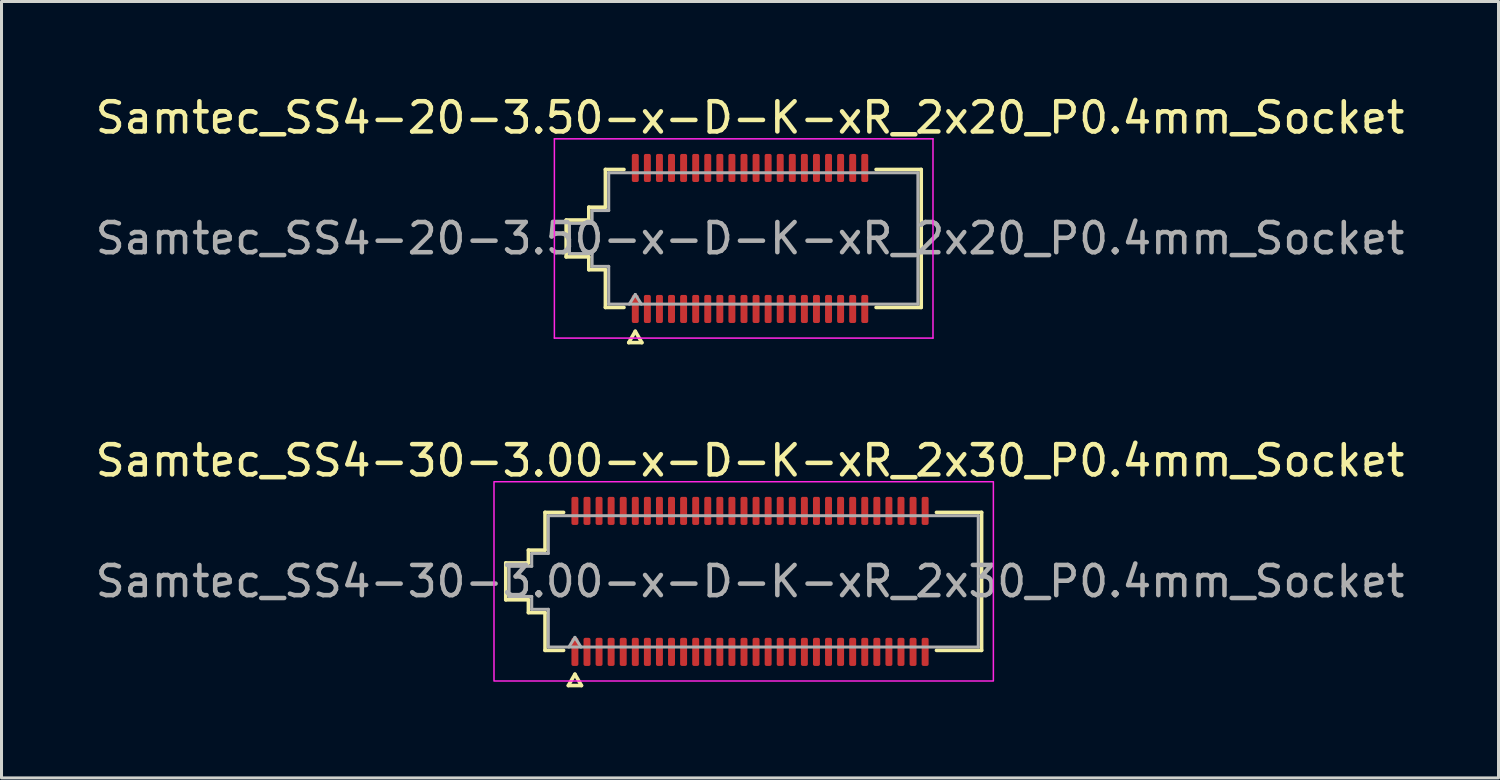
<source format=kicad_pcb>
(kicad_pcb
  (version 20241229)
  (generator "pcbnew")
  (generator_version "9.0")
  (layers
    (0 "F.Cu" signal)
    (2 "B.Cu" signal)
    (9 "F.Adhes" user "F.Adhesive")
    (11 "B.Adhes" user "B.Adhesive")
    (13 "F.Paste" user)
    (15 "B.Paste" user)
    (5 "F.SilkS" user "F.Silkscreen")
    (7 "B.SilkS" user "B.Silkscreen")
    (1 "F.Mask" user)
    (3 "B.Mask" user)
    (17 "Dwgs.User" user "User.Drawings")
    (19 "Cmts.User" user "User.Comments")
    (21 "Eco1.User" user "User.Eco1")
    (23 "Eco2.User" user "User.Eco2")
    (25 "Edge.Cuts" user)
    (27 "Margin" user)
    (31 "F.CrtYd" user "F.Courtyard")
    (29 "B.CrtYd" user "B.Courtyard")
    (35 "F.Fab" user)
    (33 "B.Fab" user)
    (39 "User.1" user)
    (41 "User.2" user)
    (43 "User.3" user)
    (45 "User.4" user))
  (footprint "Samtec_SS4-20-3.50-x-D-K-xR_2x20_P0.4mm_Socket"
    (layer "F.Cu")
    (at 21.792 4.848)
    (property "Reference" "Samtec_SS4-20-3.50-x-D-K-xR_2x20_P0.4mm_Socket" (at 0 -4 0) (layer "F.SilkS") (effects (font (size 1 1) (thickness 0.15))))
    (attr smd)
    (fp_line (start -6.09 -0.61) (end -5.34 -0.61) (stroke (width 0.12) (type solid)) (layer "F.SilkS"))
    (fp_line (start -6.09 0.61) (end -6.09 -0.61) (stroke (width 0.12) (type solid)) (layer "F.SilkS"))
    (fp_line (start -5.34 -1.035) (end -4.79 -1.035) (stroke (width 0.12) (type solid)) (layer "F.SilkS"))
    (fp_line (start -5.34 -0.61) (end -5.34 -1.035) (stroke (width 0.12) (type solid)) (layer "F.SilkS"))
    (fp_line (start -5.34 0.61) (end -6.09 0.61) (stroke (width 0.12) (type solid)) (layer "F.SilkS"))
    (fp_line (start -5.34 1.035) (end -5.34 0.61) (stroke (width 0.12) (type solid)) (layer "F.SilkS"))
    (fp_line (start -4.79 -2.285) (end -4.175 -2.285) (stroke (width 0.12) (type solid)) (layer "F.SilkS"))
    (fp_line (start -4.79 -1.035) (end -4.79 -2.285) (stroke (width 0.12) (type solid)) (layer "F.SilkS"))
    (fp_line (start -4.79 1.035) (end -5.34 1.035) (stroke (width 0.12) (type solid)) (layer "F.SilkS"))
    (fp_line (start -4.79 2.285) (end -4.79 1.035) (stroke (width 0.12) (type solid)) (layer "F.SilkS"))
    (fp_line (start -4.175 2.285) (end -4.79 2.285) (stroke (width 0.12) (type solid)) (layer "F.SilkS"))
    (fp_line (start -4.017 3.45) (end -3.8 3.075) (stroke (width 0.12) (type solid)) (layer "F.SilkS"))
    (fp_line (start -3.8 3.075) (end -3.583 3.45) (stroke (width 0.12) (type solid)) (layer "F.SilkS"))
    (fp_line (start -3.583 3.45) (end -4.017 3.45) (stroke (width 0.12) (type solid)) (layer "F.SilkS"))
    (fp_line (start 4.175 -2.285) (end 5.67 -2.285) (stroke (width 0.12) (type solid)) (layer "F.SilkS"))
    (fp_line (start 5.67 -2.285) (end 5.67 2.285) (stroke (width 0.12) (type solid)) (layer "F.SilkS"))
    (fp_line (start 5.67 2.285) (end 4.175 2.285) (stroke (width 0.12) (type solid)) (layer "F.SilkS"))
    (fp_line (start -6.48 -3.3) (end -6.48 3.3) (stroke (width 0.05) (type solid)) (layer "F.CrtYd"))
    (fp_line (start -6.48 3.3) (end 6.06 3.3) (stroke (width 0.05) (type solid)) (layer "F.CrtYd"))
    (fp_line (start 6.06 -3.3) (end -6.48 -3.3) (stroke (width 0.05) (type solid)) (layer "F.CrtYd"))
    (fp_line (start 6.06 3.3) (end 6.06 -3.3) (stroke (width 0.05) (type solid)) (layer "F.CrtYd"))
    (fp_line (start -5.98 -0.5) (end -5.23 -0.5) (stroke (width 0.1) (type solid)) (layer "F.Fab"))
    (fp_line (start -5.98 0.5) (end -5.98 -0.5) (stroke (width 0.1) (type solid)) (layer "F.Fab"))
    (fp_line (start -5.23 -0.925) (end -4.68 -0.925) (stroke (width 0.1) (type solid)) (layer "F.Fab"))
    (fp_line (start -5.23 -0.5) (end -5.23 -0.925) (stroke (width 0.1) (type solid)) (layer "F.Fab"))
    (fp_line (start -5.23 0.5) (end -5.98 0.5) (stroke (width 0.1) (type solid)) (layer "F.Fab"))
    (fp_line (start -5.23 0.925) (end -5.23 0.5) (stroke (width 0.1) (type solid)) (layer "F.Fab"))
    (fp_line (start -4.68 -2.175) (end 5.56 -2.175) (stroke (width 0.1) (type solid)) (layer "F.Fab"))
    (fp_line (start -4.68 -0.925) (end -4.68 -2.175) (stroke (width 0.1) (type solid)) (layer "F.Fab"))
    (fp_line (start -4.68 0.925) (end -5.23 0.925) (stroke (width 0.1) (type solid)) (layer "F.Fab"))
    (fp_line (start -4.68 2.175) (end -4.68 0.925) (stroke (width 0.1) (type solid)) (layer "F.Fab"))
    (fp_line (start -4 2.175) (end -3.8 1.855) (stroke (width 0.1) (type solid)) (layer "F.Fab"))
    (fp_line (start -3.8 1.855) (end -3.6 2.175) (stroke (width 0.1) (type solid)) (layer "F.Fab"))
    (fp_line (start 5.56 -2.175) (end 5.56 2.175) (stroke (width 0.1) (type solid)) (layer "F.Fab"))
    (fp_line (start 5.56 2.175) (end -4.68 2.175) (stroke (width 0.1) (type solid)) (layer "F.Fab"))
    (fp_text user "${REFERENCE}" (at 0 0 0) (layer "F.Fab") (effects (font (size 1 1) (thickness 0.15))))
    (pad "1" smd roundrect (at -3.8 2.335) (size 0.23 0.93) (layers "F.Cu" "F.Mask" "F.Paste") (roundrect_rratio 0.25))
    (pad "2" smd roundrect (at -3.8 -2.335) (size 0.23 0.93) (layers "F.Cu" "F.Mask" "F.Paste") (roundrect_rratio 0.25))
    (pad "3" smd roundrect (at -3.4 2.335) (size 0.23 0.93) (layers "F.Cu" "F.Mask" "F.Paste") (roundrect_rratio 0.25))
    (pad "4" smd roundrect (at -3.4 -2.335) (size 0.23 0.93) (layers "F.Cu" "F.Mask" "F.Paste") (roundrect_rratio 0.25))
    (pad "5" smd roundrect (at -3 2.335) (size 0.23 0.93) (layers "F.Cu" "F.Mask" "F.Paste") (roundrect_rratio 0.25))
    (pad "6" smd roundrect (at -3 -2.335) (size 0.23 0.93) (layers "F.Cu" "F.Mask" "F.Paste") (roundrect_rratio 0.25))
    (pad "7" smd roundrect (at -2.6 2.335) (size 0.23 0.93) (layers "F.Cu" "F.Mask" "F.Paste") (roundrect_rratio 0.25))
    (pad "8" smd roundrect (at -2.6 -2.335) (size 0.23 0.93) (layers "F.Cu" "F.Mask" "F.Paste") (roundrect_rratio 0.25))
    (pad "9" smd roundrect (at -2.2 2.335) (size 0.23 0.93) (layers "F.Cu" "F.Mask" "F.Paste") (roundrect_rratio 0.25))
    (pad "10" smd roundrect (at -2.2 -2.335) (size 0.23 0.93) (layers "F.Cu" "F.Mask" "F.Paste") (roundrect_rratio 0.25))
    (pad "11" smd roundrect (at -1.8 2.335) (size 0.23 0.93) (layers "F.Cu" "F.Mask" "F.Paste") (roundrect_rratio 0.25))
    (pad "12" smd roundrect (at -1.8 -2.335) (size 0.23 0.93) (layers "F.Cu" "F.Mask" "F.Paste") (roundrect_rratio 0.25))
    (pad "13" smd roundrect (at -1.4 2.335) (size 0.23 0.93) (layers "F.Cu" "F.Mask" "F.Paste") (roundrect_rratio 0.25))
    (pad "14" smd roundrect (at -1.4 -2.335) (size 0.23 0.93) (layers "F.Cu" "F.Mask" "F.Paste") (roundrect_rratio 0.25))
    (pad "15" smd roundrect (at -1 2.335) (size 0.23 0.93) (layers "F.Cu" "F.Mask" "F.Paste") (roundrect_rratio 0.25))
    (pad "16" smd roundrect (at -1 -2.335) (size 0.23 0.93) (layers "F.Cu" "F.Mask" "F.Paste") (roundrect_rratio 0.25))
    (pad "17" smd roundrect (at -0.6 2.335) (size 0.23 0.93) (layers "F.Cu" "F.Mask" "F.Paste") (roundrect_rratio 0.25))
    (pad "18" smd roundrect (at -0.6 -2.335) (size 0.23 0.93) (layers "F.Cu" "F.Mask" "F.Paste") (roundrect_rratio 0.25))
    (pad "19" smd roundrect (at -0.2 2.335) (size 0.23 0.93) (layers "F.Cu" "F.Mask" "F.Paste") (roundrect_rratio 0.25))
    (pad "20" smd roundrect (at -0.2 -2.335) (size 0.23 0.93) (layers "F.Cu" "F.Mask" "F.Paste") (roundrect_rratio 0.25))
    (pad "21" smd roundrect (at 0.2 2.335) (size 0.23 0.93) (layers "F.Cu" "F.Mask" "F.Paste") (roundrect_rratio 0.25))
    (pad "22" smd roundrect (at 0.2 -2.335) (size 0.23 0.93) (layers "F.Cu" "F.Mask" "F.Paste") (roundrect_rratio 0.25))
    (pad "23" smd roundrect (at 0.6 2.335) (size 0.23 0.93) (layers "F.Cu" "F.Mask" "F.Paste") (roundrect_rratio 0.25))
    (pad "24" smd roundrect (at 0.6 -2.335) (size 0.23 0.93) (layers "F.Cu" "F.Mask" "F.Paste") (roundrect_rratio 0.25))
    (pad "25" smd roundrect (at 1 2.335) (size 0.23 0.93) (layers "F.Cu" "F.Mask" "F.Paste") (roundrect_rratio 0.25))
    (pad "26" smd roundrect (at 1 -2.335) (size 0.23 0.93) (layers "F.Cu" "F.Mask" "F.Paste") (roundrect_rratio 0.25))
    (pad "27" smd roundrect (at 1.4 2.335) (size 0.23 0.93) (layers "F.Cu" "F.Mask" "F.Paste") (roundrect_rratio 0.25))
    (pad "28" smd roundrect (at 1.4 -2.335) (size 0.23 0.93) (layers "F.Cu" "F.Mask" "F.Paste") (roundrect_rratio 0.25))
    (pad "29" smd roundrect (at 1.8 2.335) (size 0.23 0.93) (layers "F.Cu" "F.Mask" "F.Paste") (roundrect_rratio 0.25))
    (pad "30" smd roundrect (at 1.8 -2.335) (size 0.23 0.93) (layers "F.Cu" "F.Mask" "F.Paste") (roundrect_rratio 0.25))
    (pad "31" smd roundrect (at 2.2 2.335) (size 0.23 0.93) (layers "F.Cu" "F.Mask" "F.Paste") (roundrect_rratio 0.25))
    (pad "32" smd roundrect (at 2.2 -2.335) (size 0.23 0.93) (layers "F.Cu" "F.Mask" "F.Paste") (roundrect_rratio 0.25))
    (pad "33" smd roundrect (at 2.6 2.335) (size 0.23 0.93) (layers "F.Cu" "F.Mask" "F.Paste") (roundrect_rratio 0.25))
    (pad "34" smd roundrect (at 2.6 -2.335) (size 0.23 0.93) (layers "F.Cu" "F.Mask" "F.Paste") (roundrect_rratio 0.25))
    (pad "35" smd roundrect (at 3 2.335) (size 0.23 0.93) (layers "F.Cu" "F.Mask" "F.Paste") (roundrect_rratio 0.25))
    (pad "36" smd roundrect (at 3 -2.335) (size 0.23 0.93) (layers "F.Cu" "F.Mask" "F.Paste") (roundrect_rratio 0.25))
    (pad "37" smd roundrect (at 3.4 2.335) (size 0.23 0.93) (layers "F.Cu" "F.Mask" "F.Paste") (roundrect_rratio 0.25))
    (pad "38" smd roundrect (at 3.4 -2.335) (size 0.23 0.93) (layers "F.Cu" "F.Mask" "F.Paste") (roundrect_rratio 0.25))
    (pad "39" smd roundrect (at 3.8 2.335) (size 0.23 0.93) (layers "F.Cu" "F.Mask" "F.Paste") (roundrect_rratio 0.25))
    (pad "40" smd roundrect (at 3.8 -2.335) (size 0.23 0.93) (layers "F.Cu" "F.Mask" "F.Paste") (roundrect_rratio 0.25)))
  (footprint "Samtec_SS4-30-3.00-x-D-K-xR_2x30_P0.4mm_Socket"
    (layer "F.Cu")
    (at 21.792 16.206)
    (property "Reference" "Samtec_SS4-30-3.00-x-D-K-xR_2x30_P0.4mm_Socket" (at 0 -4 0) (layer "F.SilkS") (effects (font (size 1 1) (thickness 0.15))))
    (attr smd)
    (fp_line (start -8.09 -0.61) (end -7.34 -0.61) (stroke (width 0.12) (type solid)) (layer "F.SilkS"))
    (fp_line (start -8.09 0.61) (end -8.09 -0.61) (stroke (width 0.12) (type solid)) (layer "F.SilkS"))
    (fp_line (start -7.34 -1.035) (end -6.79 -1.035) (stroke (width 0.12) (type solid)) (layer "F.SilkS"))
    (fp_line (start -7.34 -0.61) (end -7.34 -1.035) (stroke (width 0.12) (type solid)) (layer "F.SilkS"))
    (fp_line (start -7.34 0.61) (end -8.09 0.61) (stroke (width 0.12) (type solid)) (layer "F.SilkS"))
    (fp_line (start -7.34 1.035) (end -7.34 0.61) (stroke (width 0.12) (type solid)) (layer "F.SilkS"))
    (fp_line (start -6.79 -2.285) (end -6.175 -2.285) (stroke (width 0.12) (type solid)) (layer "F.SilkS"))
    (fp_line (start -6.79 -1.035) (end -6.79 -2.285) (stroke (width 0.12) (type solid)) (layer "F.SilkS"))
    (fp_line (start -6.79 1.035) (end -7.34 1.035) (stroke (width 0.12) (type solid)) (layer "F.SilkS"))
    (fp_line (start -6.79 2.285) (end -6.79 1.035) (stroke (width 0.12) (type solid)) (layer "F.SilkS"))
    (fp_line (start -6.175 2.285) (end -6.79 2.285) (stroke (width 0.12) (type solid)) (layer "F.SilkS"))
    (fp_line (start -6.017 3.45) (end -5.8 3.075) (stroke (width 0.12) (type solid)) (layer "F.SilkS"))
    (fp_line (start -5.8 3.075) (end -5.583 3.45) (stroke (width 0.12) (type solid)) (layer "F.SilkS"))
    (fp_line (start -5.583 3.45) (end -6.017 3.45) (stroke (width 0.12) (type solid)) (layer "F.SilkS"))
    (fp_line (start 6.175 -2.285) (end 7.67 -2.285) (stroke (width 0.12) (type solid)) (layer "F.SilkS"))
    (fp_line (start 7.67 -2.285) (end 7.67 2.285) (stroke (width 0.12) (type solid)) (layer "F.SilkS"))
    (fp_line (start 7.67 2.285) (end 6.175 2.285) (stroke (width 0.12) (type solid)) (layer "F.SilkS"))
    (fp_rect (start -8.48 -3.3) (end 8.06 3.3) (stroke (width 0.05) (type solid)) (fill no) (layer "F.CrtYd"))
    (fp_line (start -7.98 -0.5) (end -7.23 -0.5) (stroke (width 0.1) (type solid)) (layer "F.Fab"))
    (fp_line (start -7.98 0.5) (end -7.98 -0.5) (stroke (width 0.1) (type solid)) (layer "F.Fab"))
    (fp_line (start -7.23 -0.925) (end -6.68 -0.925) (stroke (width 0.1) (type solid)) (layer "F.Fab"))
    (fp_line (start -7.23 -0.5) (end -7.23 -0.925) (stroke (width 0.1) (type solid)) (layer "F.Fab"))
    (fp_line (start -7.23 0.5) (end -7.98 0.5) (stroke (width 0.1) (type solid)) (layer "F.Fab"))
    (fp_line (start -7.23 0.925) (end -7.23 0.5) (stroke (width 0.1) (type solid)) (layer "F.Fab"))
    (fp_line (start -6.68 -2.175) (end 7.56 -2.175) (stroke (width 0.1) (type solid)) (layer "F.Fab"))
    (fp_line (start -6.68 -0.925) (end -6.68 -2.175) (stroke (width 0.1) (type solid)) (layer "F.Fab"))
    (fp_line (start -6.68 0.925) (end -7.23 0.925) (stroke (width 0.1) (type solid)) (layer "F.Fab"))
    (fp_line (start -6.68 2.175) (end -6.68 0.925) (stroke (width 0.1) (type solid)) (layer "F.Fab"))
    (fp_line (start -6 2.175) (end -5.8 1.855) (stroke (width 0.1) (type solid)) (layer "F.Fab"))
    (fp_line (start -5.8 1.855) (end -5.6 2.175) (stroke (width 0.1) (type solid)) (layer "F.Fab"))
    (fp_line (start 7.56 -2.175) (end 7.56 2.175) (stroke (width 0.1) (type solid)) (layer "F.Fab"))
    (fp_line (start 7.56 2.175) (end -6.68 2.175) (stroke (width 0.1) (type solid)) (layer "F.Fab"))
    (fp_text user "${REFERENCE}" (at 0 0 0) (layer "F.Fab") (effects (font (size 1 1) (thickness 0.15))))
    (pad "1" smd roundrect (at -5.8 2.335) (size 0.23 0.93) (layers "F.Cu" "F.Mask" "F.Paste") (roundrect_rratio 0.25))
    (pad "2" smd roundrect (at -5.8 -2.335) (size 0.23 0.93) (layers "F.Cu" "F.Mask" "F.Paste") (roundrect_rratio 0.25))
    (pad "3" smd roundrect (at -5.4 2.335) (size 0.23 0.93) (layers "F.Cu" "F.Mask" "F.Paste") (roundrect_rratio 0.25))
    (pad "4" smd roundrect (at -5.4 -2.335) (size 0.23 0.93) (layers "F.Cu" "F.Mask" "F.Paste") (roundrect_rratio 0.25))
    (pad "5" smd roundrect (at -5 2.335) (size 0.23 0.93) (layers "F.Cu" "F.Mask" "F.Paste") (roundrect_rratio 0.25))
    (pad "6" smd roundrect (at -5 -2.335) (size 0.23 0.93) (layers "F.Cu" "F.Mask" "F.Paste") (roundrect_rratio 0.25))
    (pad "7" smd roundrect (at -4.6 2.335) (size 0.23 0.93) (layers "F.Cu" "F.Mask" "F.Paste") (roundrect_rratio 0.25))
    (pad "8" smd roundrect (at -4.6 -2.335) (size 0.23 0.93) (layers "F.Cu" "F.Mask" "F.Paste") (roundrect_rratio 0.25))
    (pad "9" smd roundrect (at -4.2 2.335) (size 0.23 0.93) (layers "F.Cu" "F.Mask" "F.Paste") (roundrect_rratio 0.25))
    (pad "10" smd roundrect (at -4.2 -2.335) (size 0.23 0.93) (layers "F.Cu" "F.Mask" "F.Paste") (roundrect_rratio 0.25))
    (pad "11" smd roundrect (at -3.8 2.335) (size 0.23 0.93) (layers "F.Cu" "F.Mask" "F.Paste") (roundrect_rratio 0.25))
    (pad "12" smd roundrect (at -3.8 -2.335) (size 0.23 0.93) (layers "F.Cu" "F.Mask" "F.Paste") (roundrect_rratio 0.25))
    (pad "13" smd roundrect (at -3.4 2.335) (size 0.23 0.93) (layers "F.Cu" "F.Mask" "F.Paste") (roundrect_rratio 0.25))
    (pad "14" smd roundrect (at -3.4 -2.335) (size 0.23 0.93) (layers "F.Cu" "F.Mask" "F.Paste") (roundrect_rratio 0.25))
    (pad "15" smd roundrect (at -3 2.335) (size 0.23 0.93) (layers "F.Cu" "F.Mask" "F.Paste") (roundrect_rratio 0.25))
    (pad "16" smd roundrect (at -3 -2.335) (size 0.23 0.93) (layers "F.Cu" "F.Mask" "F.Paste") (roundrect_rratio 0.25))
    (pad "17" smd roundrect (at -2.6 2.335) (size 0.23 0.93) (layers "F.Cu" "F.Mask" "F.Paste") (roundrect_rratio 0.25))
    (pad "18" smd roundrect (at -2.6 -2.335) (size 0.23 0.93) (layers "F.Cu" "F.Mask" "F.Paste") (roundrect_rratio 0.25))
    (pad "19" smd roundrect (at -2.2 2.335) (size 0.23 0.93) (layers "F.Cu" "F.Mask" "F.Paste") (roundrect_rratio 0.25))
    (pad "20" smd roundrect (at -2.2 -2.335) (size 0.23 0.93) (layers "F.Cu" "F.Mask" "F.Paste") (roundrect_rratio 0.25))
    (pad "21" smd roundrect (at -1.8 2.335) (size 0.23 0.93) (layers "F.Cu" "F.Mask" "F.Paste") (roundrect_rratio 0.25))
    (pad "22" smd roundrect (at -1.8 -2.335) (size 0.23 0.93) (layers "F.Cu" "F.Mask" "F.Paste") (roundrect_rratio 0.25))
    (pad "23" smd roundrect (at -1.4 2.335) (size 0.23 0.93) (layers "F.Cu" "F.Mask" "F.Paste") (roundrect_rratio 0.25))
    (pad "24" smd roundrect (at -1.4 -2.335) (size 0.23 0.93) (layers "F.Cu" "F.Mask" "F.Paste") (roundrect_rratio 0.25))
    (pad "25" smd roundrect (at -1 2.335) (size 0.23 0.93) (layers "F.Cu" "F.Mask" "F.Paste") (roundrect_rratio 0.25))
    (pad "26" smd roundrect (at -1 -2.335) (size 0.23 0.93) (layers "F.Cu" "F.Mask" "F.Paste") (roundrect_rratio 0.25))
    (pad "27" smd roundrect (at -0.6 2.335) (size 0.23 0.93) (layers "F.Cu" "F.Mask" "F.Paste") (roundrect_rratio 0.25))
    (pad "28" smd roundrect (at -0.6 -2.335) (size 0.23 0.93) (layers "F.Cu" "F.Mask" "F.Paste") (roundrect_rratio 0.25))
    (pad "29" smd roundrect (at -0.2 2.335) (size 0.23 0.93) (layers "F.Cu" "F.Mask" "F.Paste") (roundrect_rratio 0.25))
    (pad "30" smd roundrect (at -0.2 -2.335) (size 0.23 0.93) (layers "F.Cu" "F.Mask" "F.Paste") (roundrect_rratio 0.25))
    (pad "31" smd roundrect (at 0.2 2.335) (size 0.23 0.93) (layers "F.Cu" "F.Mask" "F.Paste") (roundrect_rratio 0.25))
    (pad "32" smd roundrect (at 0.2 -2.335) (size 0.23 0.93) (layers "F.Cu" "F.Mask" "F.Paste") (roundrect_rratio 0.25))
    (pad "33" smd roundrect (at 0.6 2.335) (size 0.23 0.93) (layers "F.Cu" "F.Mask" "F.Paste") (roundrect_rratio 0.25))
    (pad "34" smd roundrect (at 0.6 -2.335) (size 0.23 0.93) (layers "F.Cu" "F.Mask" "F.Paste") (roundrect_rratio 0.25))
    (pad "35" smd roundrect (at 1 2.335) (size 0.23 0.93) (layers "F.Cu" "F.Mask" "F.Paste") (roundrect_rratio 0.25))
    (pad "36" smd roundrect (at 1 -2.335) (size 0.23 0.93) (layers "F.Cu" "F.Mask" "F.Paste") (roundrect_rratio 0.25))
    (pad "37" smd roundrect (at 1.4 2.335) (size 0.23 0.93) (layers "F.Cu" "F.Mask" "F.Paste") (roundrect_rratio 0.25))
    (pad "38" smd roundrect (at 1.4 -2.335) (size 0.23 0.93) (layers "F.Cu" "F.Mask" "F.Paste") (roundrect_rratio 0.25))
    (pad "39" smd roundrect (at 1.8 2.335) (size 0.23 0.93) (layers "F.Cu" "F.Mask" "F.Paste") (roundrect_rratio 0.25))
    (pad "40" smd roundrect (at 1.8 -2.335) (size 0.23 0.93) (layers "F.Cu" "F.Mask" "F.Paste") (roundrect_rratio 0.25))
    (pad "41" smd roundrect (at 2.2 2.335) (size 0.23 0.93) (layers "F.Cu" "F.Mask" "F.Paste") (roundrect_rratio 0.25))
    (pad "42" smd roundrect (at 2.2 -2.335) (size 0.23 0.93) (layers "F.Cu" "F.Mask" "F.Paste") (roundrect_rratio 0.25))
    (pad "43" smd roundrect (at 2.6 2.335) (size 0.23 0.93) (layers "F.Cu" "F.Mask" "F.Paste") (roundrect_rratio 0.25))
    (pad "44" smd roundrect (at 2.6 -2.335) (size 0.23 0.93) (layers "F.Cu" "F.Mask" "F.Paste") (roundrect_rratio 0.25))
    (pad "45" smd roundrect (at 3 2.335) (size 0.23 0.93) (layers "F.Cu" "F.Mask" "F.Paste") (roundrect_rratio 0.25))
    (pad "46" smd roundrect (at 3 -2.335) (size 0.23 0.93) (layers "F.Cu" "F.Mask" "F.Paste") (roundrect_rratio 0.25))
    (pad "47" smd roundrect (at 3.4 2.335) (size 0.23 0.93) (layers "F.Cu" "F.Mask" "F.Paste") (roundrect_rratio 0.25))
    (pad "48" smd roundrect (at 3.4 -2.335) (size 0.23 0.93) (layers "F.Cu" "F.Mask" "F.Paste") (roundrect_rratio 0.25))
    (pad "49" smd roundrect (at 3.8 2.335) (size 0.23 0.93) (layers "F.Cu" "F.Mask" "F.Paste") (roundrect_rratio 0.25))
    (pad "50" smd roundrect (at 3.8 -2.335) (size 0.23 0.93) (layers "F.Cu" "F.Mask" "F.Paste") (roundrect_rratio 0.25))
    (pad "51" smd roundrect (at 4.2 2.335) (size 0.23 0.93) (layers "F.Cu" "F.Mask" "F.Paste") (roundrect_rratio 0.25))
    (pad "52" smd roundrect (at 4.2 -2.335) (size 0.23 0.93) (layers "F.Cu" "F.Mask" "F.Paste") (roundrect_rratio 0.25))
    (pad "53" smd roundrect (at 4.6 2.335) (size 0.23 0.93) (layers "F.Cu" "F.Mask" "F.Paste") (roundrect_rratio 0.25))
    (pad "54" smd roundrect (at 4.6 -2.335) (size 0.23 0.93) (layers "F.Cu" "F.Mask" "F.Paste") (roundrect_rratio 0.25))
    (pad "55" smd roundrect (at 5 2.335) (size 0.23 0.93) (layers "F.Cu" "F.Mask" "F.Paste") (roundrect_rratio 0.25))
    (pad "56" smd roundrect (at 5 -2.335) (size 0.23 0.93) (layers "F.Cu" "F.Mask" "F.Paste") (roundrect_rratio 0.25))
    (pad "57" smd roundrect (at 5.4 2.335) (size 0.23 0.93) (layers "F.Cu" "F.Mask" "F.Paste") (roundrect_rratio 0.25))
    (pad "58" smd roundrect (at 5.4 -2.335) (size 0.23 0.93) (layers "F.Cu" "F.Mask" "F.Paste") (roundrect_rratio 0.25))
    (pad "59" smd roundrect (at 5.8 2.335) (size 0.23 0.93) (layers "F.Cu" "F.Mask" "F.Paste") (roundrect_rratio 0.25))
    (pad "60" smd roundrect (at 5.8 -2.335) (size 0.23 0.93) (layers "F.Cu" "F.Mask" "F.Paste") (roundrect_rratio 0.25))
    (zone (net_name "") (layer "F.Cu") (name "Via keepout") (hatch edge 0.5) (connect_pads) (min_thickness 0.25) (filled_areas_thickness no) (keepout (tracks not_allowed) (vias not_allowed) (pads allowed) (copperpour not_allowed) (footprints allowed)) (placement (enabled no)) (fill) (polygon (pts (xy 15.877 14.336) (xy 27.707 14.336) (xy 27.707 18.076) (xy 15.877 18.076)))))
  (gr_rect
    (start -3 -3)
    (end 46.583 22.716)
    (stroke (width 0.1) (type default))
    (fill no)
    (layer "Edge.Cuts")))
</source>
